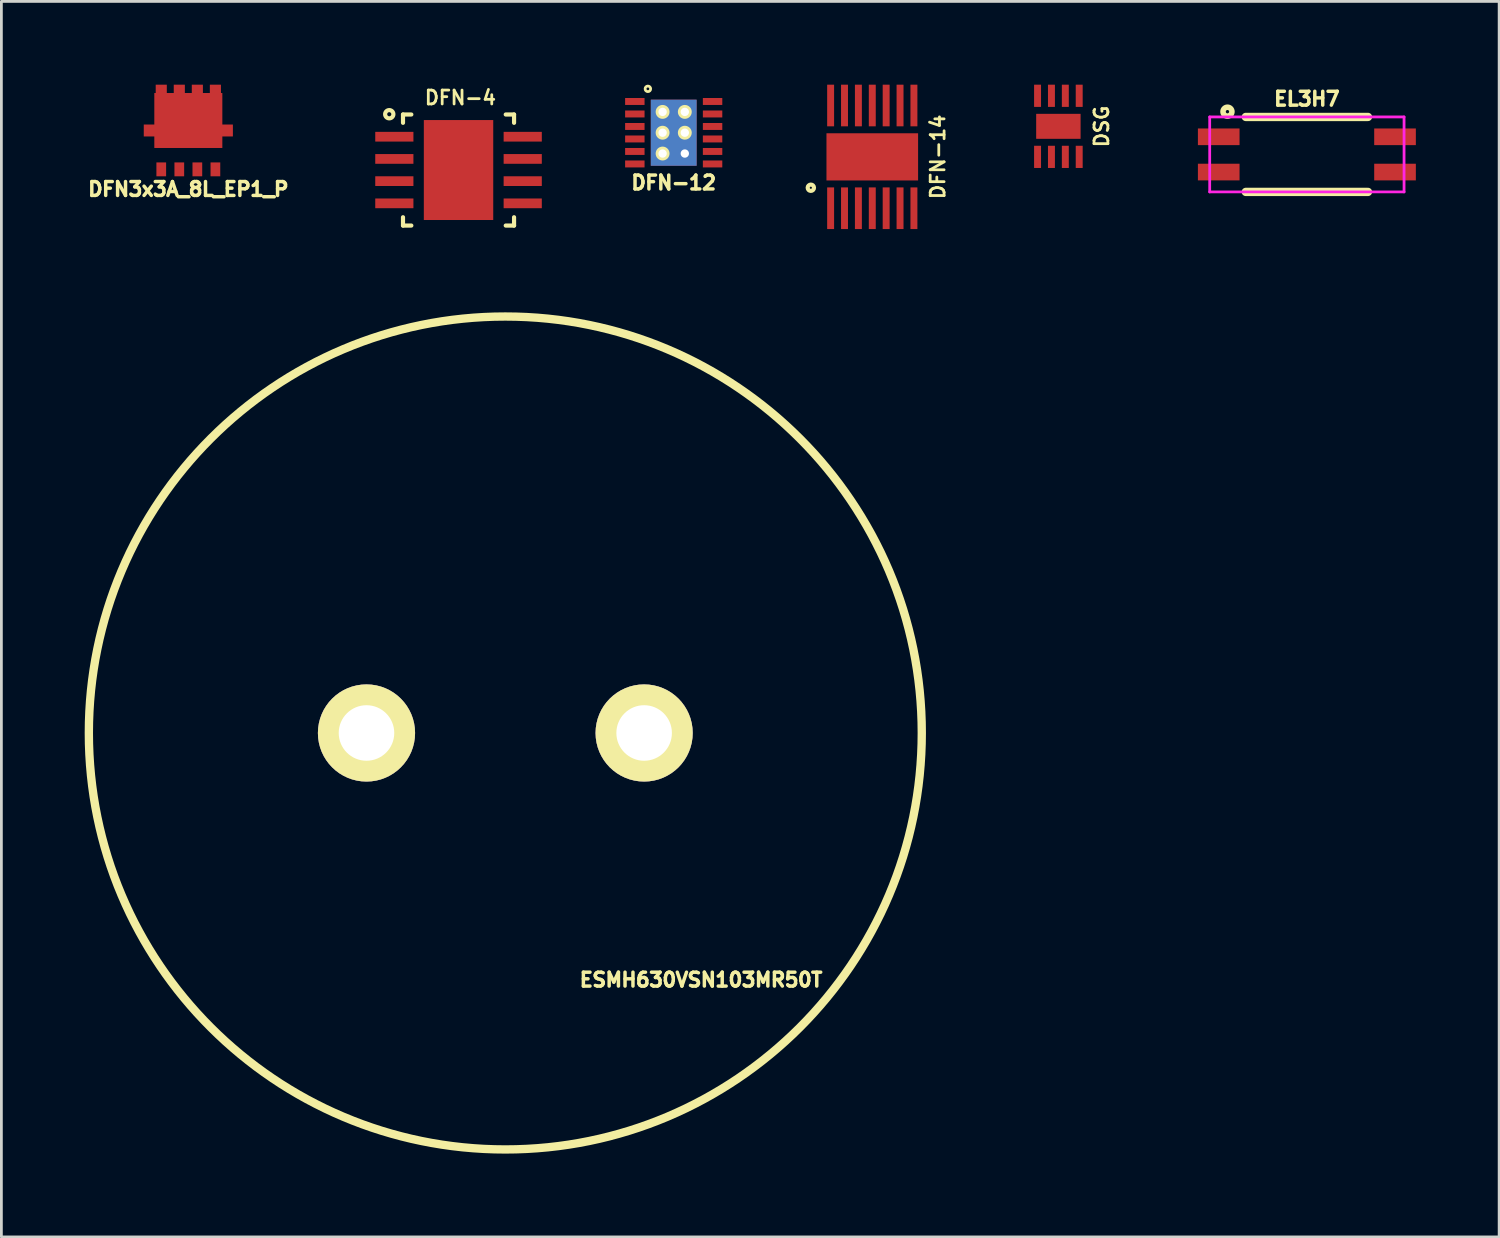
<source format=kicad_pcb>
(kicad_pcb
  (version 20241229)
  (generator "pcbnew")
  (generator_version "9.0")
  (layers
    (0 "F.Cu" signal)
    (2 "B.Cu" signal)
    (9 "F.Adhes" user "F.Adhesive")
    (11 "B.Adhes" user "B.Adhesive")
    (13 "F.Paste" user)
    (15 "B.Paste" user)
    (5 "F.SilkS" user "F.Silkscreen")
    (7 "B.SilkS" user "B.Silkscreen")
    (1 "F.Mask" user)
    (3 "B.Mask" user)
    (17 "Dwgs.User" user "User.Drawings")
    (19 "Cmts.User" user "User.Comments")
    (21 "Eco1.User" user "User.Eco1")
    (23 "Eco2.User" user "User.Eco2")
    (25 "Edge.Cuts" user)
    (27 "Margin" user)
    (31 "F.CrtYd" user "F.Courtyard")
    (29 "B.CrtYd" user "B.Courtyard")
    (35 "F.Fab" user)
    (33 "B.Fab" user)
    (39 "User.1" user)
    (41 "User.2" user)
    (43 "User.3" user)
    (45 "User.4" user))
  (footprint "EL3H7"
    (layer "F.Cu")
    (at 44.02 2.512)
    (property "Reference" "EL3H7" (at 0 -2 0) (layer "F.SilkS") (effects (font (size 0.5 0.5) (thickness 0.125))))
    (attr through_hole)
    (fp_line (start -2.2 -1.35) (end 2.2 -1.35) (stroke (width 0.3) (type solid)) (layer "F.SilkS"))
    (fp_line (start -2.2 1.35) (end 2.2 1.35) (stroke (width 0.3) (type solid)) (layer "F.SilkS"))
    (fp_circle (center -2.86 -1.54) (end -2.7 -1.53) (stroke (width 0.2) (type solid)) (fill no) (layer "F.SilkS"))
    (fp_line (start -3.5 -1.35) (end -3.5 1.35) (stroke (width 0.1) (type solid)) (layer "F.CrtYd"))
    (fp_line (start -3.5 -1.35) (end 3.5 -1.35) (stroke (width 0.1) (type solid)) (layer "F.CrtYd"))
    (fp_line (start -3.5 1.35) (end 3.5 1.35) (stroke (width 0.1) (type solid)) (layer "F.CrtYd"))
    (fp_line (start 3.5 -1.35) (end 3.5 1.35) (stroke (width 0.1) (type solid)) (layer "F.CrtYd"))
    (pad "1" smd rect (at -3.175 -0.635) (size 1.5 0.6) (layers "F.Cu" "F.Mask" "F.Paste"))
    (pad "2" smd rect (at -3.175 0.635) (size 1.5 0.6) (layers "F.Cu" "F.Mask" "F.Paste"))
    (pad "3" smd rect (at 3.175 0.635) (size 1.5 0.6) (layers "F.Cu" "F.Mask" "F.Paste"))
    (pad "4" smd rect (at 3.175 -0.635) (size 1.5 0.6) (layers "F.Cu" "F.Mask" "F.Paste")))
  (footprint "ESMH630VSN103MR50T"
    (layer "F.Cu")
    (at 15.15 23.35)
    (property "Reference" "ESMH630VSN103MR50T" (at 7.05 8.89 0) (layer "F.SilkS") (effects (font (size 0.5 0.5) (thickness 0.125))))
    (attr through_hole)
    (fp_circle (center 0 0) (end 15 0) (stroke (width 0.3) (type solid)) (fill no) (layer "F.SilkS"))
    (pad "1" thru_hole circle (at -5 0) (size 3.5 3.5) (drill 2) (layers "*.Cu" "*.Mask" "F.SilkS"))
    (pad "2" thru_hole circle (at 5 0) (size 3.5 3.5) (drill 2) (layers "*.Cu" "*.Mask" "F.SilkS")))
  (footprint "DFN-4"
    (layer "F.Cu")
    (at 13.465 3.074)
    (property "Reference" "DFN-4" (at 0.066 -2.606 0) (layer "F.SilkS") (effects (font (size 0.5 0.5) (thickness 0.1))))
    (attr through_hole)
    (fp_line (start -2 -2) (end -1.7 -2) (stroke (width 0.15) (type solid)) (layer "F.SilkS"))
    (fp_line (start -2 -1.7) (end -2 -2) (stroke (width 0.15) (type solid)) (layer "F.SilkS"))
    (fp_line (start -2 1.7) (end -2 2) (stroke (width 0.15) (type solid)) (layer "F.SilkS"))
    (fp_line (start -2 2) (end -1.7 2) (stroke (width 0.15) (type solid)) (layer "F.SilkS"))
    (fp_line (start 1.7 2) (end 2 2) (stroke (width 0.15) (type solid)) (layer "F.SilkS"))
    (fp_line (start 2 -2) (end 1.7 -2) (stroke (width 0.15) (type solid)) (layer "F.SilkS"))
    (fp_line (start 2 -1.7) (end 2 -2) (stroke (width 0.15) (type solid)) (layer "F.SilkS"))
    (fp_line (start 2 2) (end 2 1.7) (stroke (width 0.15) (type solid)) (layer "F.SilkS"))
    (fp_circle (center -2.495 -2.01) (end -2.447 -1.954) (stroke (width 0.15) (type solid)) (fill no) (layer "F.SilkS"))
    (pad "1" smd rect (at -2.312 -1.2) (size 1.375 0.35) (layers "F.Cu" "F.Mask" "F.Paste"))
    (pad "2" smd rect (at -2.312 -0.4) (size 1.375 0.35) (layers "F.Cu" "F.Mask" "F.Paste"))
    (pad "3" smd rect (at -2.312 0.4) (size 1.375 0.35) (layers "F.Cu" "F.Mask" "F.Paste"))
    (pad "4" smd rect (at -2.312 1.2) (size 1.375 0.35) (layers "F.Cu" "F.Mask" "F.Paste"))
    (pad "4" smd rect (at 0 0) (size 2.5 3.6) (layers "F.Cu" "F.Mask" "F.Paste"))
    (pad "5" smd rect (at 2.312 1.2) (size 1.375 0.35) (layers "F.Cu" "F.Mask" "F.Paste"))
    (pad "6" smd rect (at 2.312 0.4) (size 1.375 0.35) (layers "F.Cu" "F.Mask" "F.Paste"))
    (pad "7" smd rect (at 2.312 -0.4) (size 1.375 0.35) (layers "F.Cu" "F.Mask" "F.Paste"))
    (pad "8" smd rect (at 2.312 -1.2) (size 1.375 0.35) (layers "F.Cu" "F.Mask" "F.Paste")))
  (footprint "DSG"
    (layer "F.Cu")
    (at 35.07 1.5)
    (property "Reference" "DSG" (at 1.557 0.005 90) (layer "F.SilkS") (effects (font (size 0.5 0.5) (thickness 0.1))))
    (attr through_hole)
    (pad "" smd rect (at -0.4 0) (size 0.5 0.5) (layers "F.Mask" "F.Paste"))
    (pad "" smd rect (at 0.4 0) (size 0.5 0.5) (layers "F.Mask" "F.Paste"))
    (pad "1" smd rect (at -0.75 1.1) (size 0.25 0.8) (layers "F.Cu" "F.Mask" "F.Paste"))
    (pad "2" smd rect (at -0.25 1.1) (size 0.25 0.8) (layers "F.Cu" "F.Mask" "F.Paste"))
    (pad "3" smd rect (at 0.25 1.1) (size 0.25 0.8) (layers "F.Cu" "F.Mask" "F.Paste"))
    (pad "4" smd rect (at 0.75 1.1) (size 0.25 0.8) (layers "F.Cu" "F.Mask" "F.Paste"))
    (pad "5" smd rect (at 0.75 -1.1) (size 0.25 0.8) (layers "F.Cu" "F.Mask" "F.Paste"))
    (pad "6" smd rect (at 0.25 -1.1) (size 0.25 0.8) (layers "F.Cu" "F.Mask" "F.Paste"))
    (pad "7" smd rect (at -0.25 -1.1) (size 0.25 0.8) (layers "F.Cu" "F.Mask" "F.Paste"))
    (pad "8" smd rect (at -0.75 -1.1) (size 0.25 0.8) (layers "F.Cu" "F.Mask" "F.Paste"))
    (pad "9" smd rect (at 0 0) (size 1.6 0.9) (layers "F.Cu")))
  (footprint "DFN-14"
    (layer "F.Cu")
    (at 28.367 2.6)
    (property "Reference" "DFN-14" (at 2.36 0 270) (layer "F.SilkS") (effects (font (size 0.5 0.5) (thickness 0.1))))
    (attr through_hole)
    (fp_circle (center -2.213 1.112) (end -2.101 1.133) (stroke (width 0.15) (type solid)) (fill no) (layer "F.SilkS"))
    (pad "" smd rect (at -1 -0.4) (size 0.6 0.6) (layers "F.Mask" "F.Paste"))
    (pad "" smd rect (at -1 0.4) (size 0.6 0.6) (layers "F.Mask" "F.Paste"))
    (pad "" smd rect (at 0 0) (size 0.6 0.6) (layers "F.Mask" "F.Paste"))
    (pad "" smd rect (at 1 -0.4) (size 0.6 0.6) (layers "F.Mask" "F.Paste"))
    (pad "" smd rect (at 1 0.4) (size 0.6 0.6) (layers "F.Mask" "F.Paste"))
    (pad "1" smd rect (at -1.5 1.85) (size 0.25 1.5) (layers "F.Cu" "F.Mask" "F.Paste"))
    (pad "2" smd rect (at -1 1.85) (size 0.25 1.5) (layers "F.Cu" "F.Mask" "F.Paste"))
    (pad "3" smd rect (at -0.5 1.85) (size 0.25 1.5) (layers "F.Cu" "F.Mask" "F.Paste"))
    (pad "4" smd rect (at 0 1.85) (size 0.25 1.5) (layers "F.Cu" "F.Mask" "F.Paste"))
    (pad "5" smd rect (at 0.5 1.85) (size 0.25 1.5) (layers "F.Cu" "F.Mask" "F.Paste"))
    (pad "6" smd rect (at 1 1.85) (size 0.25 1.5) (layers "F.Cu" "F.Mask" "F.Paste"))
    (pad "7" smd rect (at 1.5 1.85) (size 0.25 1.5) (layers "F.Cu" "F.Mask" "F.Paste"))
    (pad "8" smd rect (at 1.5 -1.85) (size 0.25 1.5) (layers "F.Cu" "F.Mask" "F.Paste"))
    (pad "9" smd rect (at 1 -1.85) (size 0.25 1.5) (layers "F.Cu" "F.Mask" "F.Paste"))
    (pad "10" smd rect (at 0.5 -1.85) (size 0.25 1.5) (layers "F.Cu" "F.Mask" "F.Paste"))
    (pad "11" smd rect (at 0 -1.85) (size 0.25 1.5) (layers "F.Cu" "F.Mask" "F.Paste"))
    (pad "12" smd rect (at -0.5 -1.85) (size 0.25 1.5) (layers "F.Cu" "F.Mask" "F.Paste"))
    (pad "13" smd rect (at -1 -1.85) (size 0.25 1.5) (layers "F.Cu" "F.Mask" "F.Paste"))
    (pad "14" smd rect (at -1.5 -1.85) (size 0.25 1.5) (layers "F.Cu" "F.Mask" "F.Paste"))
    (pad "15" smd rect (at 0 0) (size 3.3 1.7) (layers "F.Cu")))
  (footprint "DFN-12"
    (layer "F.Cu")
    (at 21.215 1.73)
    (property "Reference" "DFN-12" (at 0 1.8 0) (layer "F.SilkS") (effects (font (size 0.5 0.5) (thickness 0.125))))
    (attr through_hole)
    (fp_circle (center -0.93 -1.58) (end -1.01 -1.52) (stroke (width 0.1) (type solid)) (fill no) (layer "F.SilkS"))
    (pad "1" smd rect (at -1.4 -1.125 270) (size 0.25 0.7) (layers "F.Cu" "F.Mask" "F.Paste"))
    (pad "2" smd rect (at -1.4 -0.675 270) (size 0.25 0.7) (layers "F.Cu" "F.Mask" "F.Paste"))
    (pad "3" smd rect (at -1.4 -0.225 270) (size 0.25 0.7) (layers "F.Cu" "F.Mask" "F.Paste"))
    (pad "4" smd rect (at -1.4 0.225 270) (size 0.25 0.7) (layers "F.Cu" "F.Mask" "F.Paste"))
    (pad "5" smd rect (at -1.4 0.675 270) (size 0.25 0.7) (layers "F.Cu" "F.Mask" "F.Paste"))
    (pad "6" smd rect (at -1.4 1.125 270) (size 0.25 0.7) (layers "F.Cu" "F.Mask" "F.Paste"))
    (pad "7" smd rect (at 1.4 1.125 270) (size 0.25 0.7) (layers "F.Cu" "F.Mask" "F.Paste"))
    (pad "8" smd rect (at 1.4 0.675 270) (size 0.25 0.7) (layers "F.Cu" "F.Mask" "F.Paste"))
    (pad "9" smd rect (at 1.4 0.225 270) (size 0.25 0.7) (layers "F.Cu" "F.Mask" "F.Paste"))
    (pad "10" smd rect (at 1.4 -0.225 270) (size 0.25 0.7) (layers "F.Cu" "F.Mask" "F.Paste"))
    (pad "11" smd rect (at 1.4 -0.675 270) (size 0.25 0.7) (layers "F.Cu" "F.Mask" "F.Paste"))
    (pad "12" smd rect (at 1.4 -1.125 270) (size 0.25 0.7) (layers "F.Cu" "F.Mask" "F.Paste"))
    (pad "13" thru_hole circle (at -0.4 -0.75 270) (size 0.5 0.5) (drill 0.3) (layers "*.Cu" "F.Mask" "F.SilkS"))
    (pad "13" thru_hole circle (at -0.4 0 270) (size 0.5 0.5) (drill 0.3) (layers "*.Cu" "F.Mask" "F.SilkS"))
    (pad "13" thru_hole circle (at -0.4 0.75 270) (size 0.5 0.5) (drill 0.3) (layers "*.Cu" "F.Mask" "F.SilkS"))
    (pad "13" smd rect (at 0 0 270) (size 2.38 1.65) (layers "*.Cu" "F.Mask" "F.Paste"))
    (pad "13" thru_hole circle (at 0.4 -0.75 270) (size 0.5 0.5) (drill 0.3) (layers "*.Cu" "F.Mask" "F.SilkS"))
    (pad "13" thru_hole circle (at 0.4 0 270) (size 0.5 0.5) (drill 0.3) (layers "*.Cu" "F.Mask" "F.SilkS"))
    (pad "13" thru_hole circle (at 0.4 0.75 270) (size 0.5 0.5) (drill 0.3) (layers "*.Cu" "F.Mask")))
  (footprint "DFN3x3A_8L_EP1_P"
    (layer "F.Cu")
    (at 3.733 1.65)
    (property "Reference" "DFN3x3A_8L_EP1_P" (at 0 2.114 0) (layer "F.SilkS") (effects (font (size 0.5 0.5) (thickness 0.125))))
    (attr smd)
    (pad "1" smd custom (at -0.975 1.4) (size 0.2 0.2) (layers "F.Cu" "F.Mask" "F.Paste") (options (anchor circle)) (primitives (gr_poly (pts (xy 0.175 -0.25) (xy -0.175 -0.25) (xy -0.175 0.25) (xy 0.175 0.25)) (width 0) (fill yes))))
    (pad "1" smd custom (at -0.325 1.4) (size 0.2 0.2) (layers "F.Cu" "F.Mask" "F.Paste") (options (anchor circle)) (primitives (gr_poly (pts (xy 0.175 -0.25) (xy -0.175 -0.25) (xy -0.175 0.25) (xy 0.175 0.25)) (width 0) (fill yes))))
    (pad "1" smd custom (at 0.325 1.4) (size 0.2 0.2) (layers "F.Cu" "F.Mask" "F.Paste") (options (anchor circle)) (primitives (gr_poly (pts (xy 0.175 -0.25) (xy -0.175 -0.25) (xy -0.175 0.25) (xy 0.175 0.25)) (width 0) (fill yes))))
    (pad "2" smd custom (at 0.975 1.4) (size 0.2 0.2) (layers "F.Cu" "F.Mask" "F.Paste") (options (anchor circle)) (primitives (gr_poly (pts (xy 0.175 -0.25) (xy -0.175 -0.25) (xy -0.175 0.25) (xy 0.175 0.25)) (width 0) (fill yes))))
    (pad "3" smd custom (at 0 0) (size 0.2 0.2) (layers "F.Cu" "F.Mask" "F.Paste") (options (anchor circle)) (primitives (gr_poly (pts (xy -1.605 -0.215) (xy -1.605 0.215) (xy -1.225 0.215) (xy -1.225 0.63) (xy 1.225 0.63) (xy 1.225 0.215) (xy 1.605 0.215) (xy 1.605 -0.215) (xy 1.225 -0.215) (xy 1.225 -1.35) (xy 1.175 -1.35) (xy 1.175 -1.65) (xy 0.775 -1.65) (xy 0.775 -1.35) (xy 0.525 -1.35) (xy 0.525 -1.65) (xy 0.125 -1.65) (xy 0.125 -1.35) (xy -0.125 -1.35) (xy -0.125 -1.65) (xy -0.525 -1.65) (xy -0.525 -1.35) (xy -0.775 -1.35) (xy -0.775 -1.65) (xy -1.175 -1.65) (xy -1.175 -1.35) (xy -1.225 -1.35) (xy -1.225 -0.215)) (width 0) (fill yes)))))
  (gr_rect
    (start -3 -3)
    (end 50.945 41.5)
    (stroke (width 0.1) (type default))
    (fill no)
    (layer "Edge.Cuts")))
</source>
